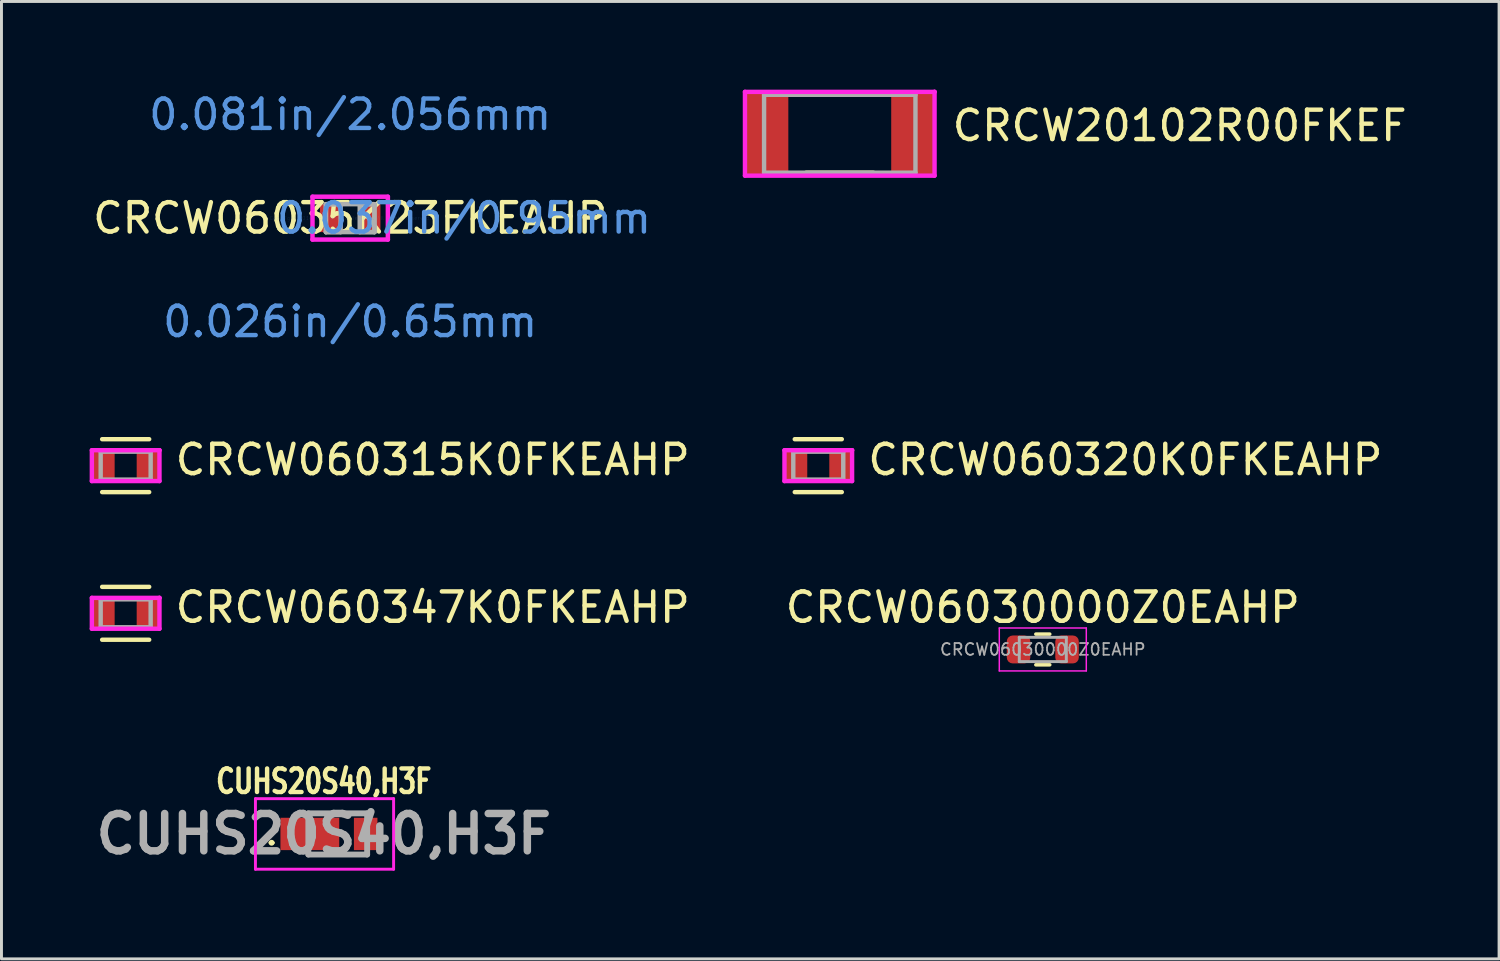
<source format=kicad_pcb>
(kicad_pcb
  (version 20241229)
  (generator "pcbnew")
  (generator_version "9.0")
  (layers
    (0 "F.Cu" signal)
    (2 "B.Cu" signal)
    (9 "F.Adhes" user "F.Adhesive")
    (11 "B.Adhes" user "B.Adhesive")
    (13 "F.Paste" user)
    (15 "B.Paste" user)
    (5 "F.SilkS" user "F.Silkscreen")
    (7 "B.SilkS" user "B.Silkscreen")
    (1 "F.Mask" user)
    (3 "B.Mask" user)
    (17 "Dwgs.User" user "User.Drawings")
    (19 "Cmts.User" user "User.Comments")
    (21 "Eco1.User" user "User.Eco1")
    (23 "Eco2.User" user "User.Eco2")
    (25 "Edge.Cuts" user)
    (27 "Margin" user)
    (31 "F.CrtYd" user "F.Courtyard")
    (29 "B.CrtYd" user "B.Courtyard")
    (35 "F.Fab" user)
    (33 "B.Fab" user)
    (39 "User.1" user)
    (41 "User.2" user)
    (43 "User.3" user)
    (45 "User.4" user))
  (footprint "CRCW060347K0FKEAHP"
    (layer "F.Cu")
    (at 1.225 17.814)
    (property "Reference" "CRCW060347K0FKEAHP" (at 1.61 -0.2 0) (layer "F.SilkS") (effects (font (size 1 1) (thickness 0.15)) (justify left)))
    (attr through_hole)
    (fp_line (start -0.8 -0.9) (end 0.8 -0.9) (stroke (width 0.15) (type solid)) (layer "F.SilkS"))
    (fp_line (start -0.8 0.9) (end 0.8 0.9) (stroke (width 0.15) (type solid)) (layer "F.SilkS"))
    (fp_line (start -1.15 -0.525) (end -1.15 0.525) (stroke (width 0.15) (type solid)) (layer "F.CrtYd"))
    (fp_line (start -1.15 0.525) (end 1.15 0.525) (stroke (width 0.15) (type solid)) (layer "F.CrtYd"))
    (fp_line (start 1.15 -0.525) (end -1.15 -0.525) (stroke (width 0.15) (type solid)) (layer "F.CrtYd"))
    (fp_line (start 1.15 -0.525) (end 1.15 -0.525) (stroke (width 0.15) (type solid)) (layer "F.CrtYd"))
    (fp_line (start 1.15 0.525) (end 1.15 -0.525) (stroke (width 0.15) (type solid)) (layer "F.CrtYd"))
    (fp_line (start -0.85 -0.475) (end 0.85 -0.475) (stroke (width 0.15) (type solid)) (layer "F.Fab"))
    (fp_line (start -0.85 0.475) (end -0.85 -0.475) (stroke (width 0.15) (type solid)) (layer "F.Fab"))
    (fp_line (start 0.85 -0.475) (end 0.85 0.475) (stroke (width 0.15) (type solid)) (layer "F.Fab"))
    (fp_line (start 0.85 0.475) (end -0.85 0.475) (stroke (width 0.15) (type solid)) (layer "F.Fab"))
    (pad "1" smd rect (at -0.75 0) (size 0.75 1) (layers "F.Cu" "F.Mask" "F.Paste"))
    (pad "2" smd rect (at 0.75 0) (size 0.75 1) (layers "F.Cu" "F.Mask" "F.Paste")))
  (footprint "CUHS20S40,H3F"
    (layer "F.Cu")
    (at 8.44 25.32)
    (property "Reference" "CUHS20S40,H3F" (at -0.475 -1.79 0) (layer "F.SilkS") (effects (font (size 0.8 0.6) (thickness 0.15) (bold yes))))
    (attr smd)
    (fp_line (start -2.3 0.3) (end -2.3 0.3) (stroke (width 0.1) (type solid)) (layer "F.SilkS"))
    (fp_line (start -2.2 0.3) (end -2.2 0.3) (stroke (width 0.1) (type solid)) (layer "F.SilkS"))
    (fp_line (start -0.95 -0.7) (end 1 -0.7) (stroke (width 0.1) (type solid)) (layer "F.SilkS"))
    (fp_line (start -0.9 0.7) (end 0.9 0.7) (stroke (width 0.1) (type solid)) (layer "F.SilkS"))
    (fp_arc (start -2.3 0.3) (mid -2.25 0.25) (end -2.2 0.3) (stroke (width 0.1) (type solid)) (layer "F.SilkS"))
    (fp_arc (start -2.2 0.3) (mid -2.25 0.35) (end -2.3 0.3) (stroke (width 0.1) (type solid)) (layer "F.SilkS"))
    (fp_line (start -2.8 -1.2) (end 1.9 -1.2) (stroke (width 0.1) (type solid)) (layer "F.CrtYd"))
    (fp_line (start -2.8 1.2) (end -2.8 -1.2) (stroke (width 0.1) (type solid)) (layer "F.CrtYd"))
    (fp_line (start 1.9 -1.2) (end 1.9 1.2) (stroke (width 0.1) (type solid)) (layer "F.CrtYd"))
    (fp_line (start 1.9 1.2) (end -2.8 1.2) (stroke (width 0.1) (type solid)) (layer "F.CrtYd"))
    (fp_line (start -1 -0.7) (end 1 -0.7) (stroke (width 0.2) (type solid)) (layer "F.Fab"))
    (fp_line (start -1 0.7) (end -1 -0.7) (stroke (width 0.2) (type solid)) (layer "F.Fab"))
    (fp_line (start 1 -0.7) (end 1 0.7) (stroke (width 0.2) (type solid)) (layer "F.Fab"))
    (fp_line (start 1 0.7) (end -1 0.7) (stroke (width 0.2) (type solid)) (layer "F.Fab"))
    (fp_text user "${REFERENCE}" (at -0.475 0 0) (layer "F.Fab") (effects (font (size 1.27 1.27) (thickness 0.254))))
    (pad "1" smd rect (at -0.95 0 90) (size 1.1 2) (layers "F.Cu" "F.Mask" "F.Paste"))
    (pad "2" smd rect (at 0.95 0) (size 0.8 1.1) (layers "F.Cu" "F.Mask" "F.Paste")))
  (footprint "CRCW060315K0FKEAHP"
    (layer "F.Cu")
    (at 1.225 12.791)
    (property "Reference" "CRCW060315K0FKEAHP" (at 1.61 -0.2 0) (layer "F.SilkS") (effects (font (size 1 1) (thickness 0.15)) (justify left)))
    (attr through_hole)
    (fp_line (start -0.8 -0.9) (end 0.8 -0.9) (stroke (width 0.15) (type solid)) (layer "F.SilkS"))
    (fp_line (start -0.8 0.9) (end 0.8 0.9) (stroke (width 0.15) (type solid)) (layer "F.SilkS"))
    (fp_line (start -1.15 -0.525) (end -1.15 0.525) (stroke (width 0.15) (type solid)) (layer "F.CrtYd"))
    (fp_line (start -1.15 0.525) (end 1.15 0.525) (stroke (width 0.15) (type solid)) (layer "F.CrtYd"))
    (fp_line (start 1.15 -0.525) (end -1.15 -0.525) (stroke (width 0.15) (type solid)) (layer "F.CrtYd"))
    (fp_line (start 1.15 -0.525) (end 1.15 -0.525) (stroke (width 0.15) (type solid)) (layer "F.CrtYd"))
    (fp_line (start 1.15 0.525) (end 1.15 -0.525) (stroke (width 0.15) (type solid)) (layer "F.CrtYd"))
    (fp_line (start -0.85 -0.475) (end 0.85 -0.475) (stroke (width 0.15) (type solid)) (layer "F.Fab"))
    (fp_line (start -0.85 0.475) (end -0.85 -0.475) (stroke (width 0.15) (type solid)) (layer "F.Fab"))
    (fp_line (start 0.85 -0.475) (end 0.85 0.475) (stroke (width 0.15) (type solid)) (layer "F.Fab"))
    (fp_line (start 0.85 0.475) (end -0.85 0.475) (stroke (width 0.15) (type solid)) (layer "F.Fab"))
    (pad "1" smd rect (at -0.75 0) (size 0.75 1) (layers "F.Cu" "F.Mask" "F.Paste"))
    (pad "2" smd rect (at 0.75 0) (size 0.75 1) (layers "F.Cu" "F.Mask" "F.Paste")))
  (footprint "CRCW20102R00FKEF"
    (layer "F.Cu")
    (at 25.518 1.5)
    (property "Reference" "CRCW20102R00FKEF" (at 3.75 -0.275 0) (layer "F.SilkS") (effects (font (size 1 1) (thickness 0.15)) (justify left)))
    (attr through_hole)
    (fp_line (start -1.145 -1.325) (end 1.145 -1.325) (stroke (width 0.15) (type solid)) (layer "F.SilkS"))
    (fp_line (start -1.145 1.325) (end 1.145 1.325) (stroke (width 0.15) (type solid)) (layer "F.SilkS"))
    (fp_line (start -3.225 -1.425) (end -3.225 1.425) (stroke (width 0.15) (type solid)) (layer "F.CrtYd"))
    (fp_line (start -3.225 1.425) (end 3.225 1.425) (stroke (width 0.15) (type solid)) (layer "F.CrtYd"))
    (fp_line (start 3.225 -1.425) (end -3.225 -1.425) (stroke (width 0.15) (type solid)) (layer "F.CrtYd"))
    (fp_line (start 3.225 -1.425) (end 3.225 -1.425) (stroke (width 0.15) (type solid)) (layer "F.CrtYd"))
    (fp_line (start 3.225 1.425) (end 3.225 -1.425) (stroke (width 0.15) (type solid)) (layer "F.CrtYd"))
    (fp_line (start -2.575 -1.325) (end 2.575 -1.325) (stroke (width 0.15) (type solid)) (layer "F.Fab"))
    (fp_line (start -2.575 1.325) (end -2.575 -1.325) (stroke (width 0.15) (type solid)) (layer "F.Fab"))
    (fp_line (start 2.575 -1.325) (end 2.575 1.325) (stroke (width 0.15) (type solid)) (layer "F.Fab"))
    (fp_line (start 2.575 1.325) (end -2.575 1.325) (stroke (width 0.15) (type solid)) (layer "F.Fab"))
    (pad "1" smd rect (at -2.475 0) (size 1.45 2.8) (layers "F.Cu" "F.Mask" "F.Paste"))
    (pad "2" smd rect (at 2.475 0) (size 1.45 2.8) (layers "F.Cu" "F.Mask" "F.Paste")))
  (footprint "CRCW06030000Z0EAHP"
    (layer "F.Cu")
    (at 32.425 19.044)
    (property "Reference" "CRCW06030000Z0EAHP" (at 0 -1.43 0) (layer "F.SilkS") (effects (font (size 1 1) (thickness 0.15))))
    (attr smd)
    (fp_line (start -0.237 -0.522) (end 0.237 -0.522) (stroke (width 0.12) (type solid)) (layer "F.SilkS"))
    (fp_line (start -0.237 0.522) (end 0.237 0.522) (stroke (width 0.12) (type solid)) (layer "F.SilkS"))
    (fp_line (start -1.48 -0.73) (end 1.48 -0.73) (stroke (width 0.05) (type solid)) (layer "F.CrtYd"))
    (fp_line (start -1.48 0.73) (end -1.48 -0.73) (stroke (width 0.05) (type solid)) (layer "F.CrtYd"))
    (fp_line (start 1.48 -0.73) (end 1.48 0.73) (stroke (width 0.05) (type solid)) (layer "F.CrtYd"))
    (fp_line (start 1.48 0.73) (end -1.48 0.73) (stroke (width 0.05) (type solid)) (layer "F.CrtYd"))
    (fp_line (start -0.8 -0.412) (end 0.8 -0.412) (stroke (width 0.1) (type solid)) (layer "F.Fab"))
    (fp_line (start -0.8 0.412) (end -0.8 -0.412) (stroke (width 0.1) (type solid)) (layer "F.Fab"))
    (fp_line (start 0.8 -0.412) (end 0.8 0.412) (stroke (width 0.1) (type solid)) (layer "F.Fab"))
    (fp_line (start 0.8 0.412) (end -0.8 0.412) (stroke (width 0.1) (type solid)) (layer "F.Fab"))
    (fp_text user "${REFERENCE}" (at 0 0 0) (layer "F.Fab") (effects (font (size 0.4 0.4) (thickness 0.06))))
    (pad "1" smd roundrect (at -0.825 0) (size 0.8 0.95) (layers "F.Cu" "F.Mask" "F.Paste") (roundrect_rratio 0.25))
    (pad "2" smd roundrect (at 0.825 0) (size 0.8 0.95) (layers "F.Cu" "F.Mask" "F.Paste") (roundrect_rratio 0.25)))
  (footprint "CRCW060320K0FKEAHP"
    (layer "F.Cu")
    (at 24.787 12.791)
    (property "Reference" "CRCW060320K0FKEAHP" (at 1.61 -0.2 0) (layer "F.SilkS") (effects (font (size 1 1) (thickness 0.15)) (justify left)))
    (attr through_hole)
    (fp_line (start -0.8 -0.9) (end 0.8 -0.9) (stroke (width 0.15) (type solid)) (layer "F.SilkS"))
    (fp_line (start -0.8 0.9) (end 0.8 0.9) (stroke (width 0.15) (type solid)) (layer "F.SilkS"))
    (fp_line (start -1.15 -0.525) (end -1.15 0.525) (stroke (width 0.15) (type solid)) (layer "F.CrtYd"))
    (fp_line (start -1.15 0.525) (end 1.15 0.525) (stroke (width 0.15) (type solid)) (layer "F.CrtYd"))
    (fp_line (start 1.15 -0.525) (end -1.15 -0.525) (stroke (width 0.15) (type solid)) (layer "F.CrtYd"))
    (fp_line (start 1.15 -0.525) (end 1.15 -0.525) (stroke (width 0.15) (type solid)) (layer "F.CrtYd"))
    (fp_line (start 1.15 0.525) (end 1.15 -0.525) (stroke (width 0.15) (type solid)) (layer "F.CrtYd"))
    (fp_line (start -0.85 -0.475) (end 0.85 -0.475) (stroke (width 0.15) (type solid)) (layer "F.Fab"))
    (fp_line (start -0.85 0.475) (end -0.85 -0.475) (stroke (width 0.15) (type solid)) (layer "F.Fab"))
    (fp_line (start 0.85 -0.475) (end 0.85 0.475) (stroke (width 0.15) (type solid)) (layer "F.Fab"))
    (fp_line (start 0.85 0.475) (end -0.85 0.475) (stroke (width 0.15) (type solid)) (layer "F.Fab"))
    (pad "1" smd rect (at -0.75 0) (size 0.75 1) (layers "F.Cu" "F.Mask" "F.Paste"))
    (pad "2" smd rect (at 0.75 0) (size 0.75 1) (layers "F.Cu" "F.Mask" "F.Paste")))
  (footprint "CRCW06035K23FKEAHP"
    (layer "F.Cu")
    (at 8.863 4.371)
    (property "Reference" "CRCW06035K23FKEAHP" (at 0 0 0) (layer "F.SilkS") (effects (font (size 1 1) (thickness 0.15))))
    (attr through_hole)
    (fp_line (start -1.282 -0.729) (end 1.282 -0.729) (stroke (width 0.152) (type solid)) (layer "F.CrtYd"))
    (fp_line (start -1.282 0.729) (end -1.282 -0.729) (stroke (width 0.152) (type solid)) (layer "F.CrtYd"))
    (fp_line (start 1.282 -0.729) (end 1.282 0.729) (stroke (width 0.152) (type solid)) (layer "F.CrtYd"))
    (fp_line (start 1.282 0.729) (end -1.282 0.729) (stroke (width 0.152) (type solid)) (layer "F.CrtYd"))
    (fp_line (start -0.825 -0.475) (end -0.825 0.475) (stroke (width 0.152) (type solid)) (layer "F.Fab"))
    (fp_line (start -0.825 -0.475) (end -0.825 0.475) (stroke (width 0.152) (type solid)) (layer "F.Fab"))
    (fp_line (start -0.825 0.475) (end -0.325 0.475) (stroke (width 0.152) (type solid)) (layer "F.Fab"))
    (fp_line (start -0.825 0.475) (end 0.825 0.475) (stroke (width 0.152) (type solid)) (layer "F.Fab"))
    (fp_line (start -0.325 -0.475) (end -0.825 -0.475) (stroke (width 0.152) (type solid)) (layer "F.Fab"))
    (fp_line (start -0.325 0.475) (end -0.325 -0.475) (stroke (width 0.152) (type solid)) (layer "F.Fab"))
    (fp_line (start 0.325 -0.475) (end 0.325 0.475) (stroke (width 0.152) (type solid)) (layer "F.Fab"))
    (fp_line (start 0.325 0.475) (end 0.825 0.475) (stroke (width 0.152) (type solid)) (layer "F.Fab"))
    (fp_line (start 0.825 -0.475) (end -0.825 -0.475) (stroke (width 0.152) (type solid)) (layer "F.Fab"))
    (fp_line (start 0.825 -0.475) (end 0.325 -0.475) (stroke (width 0.152) (type solid)) (layer "F.Fab"))
    (fp_line (start 0.825 0.475) (end 0.825 -0.475) (stroke (width 0.152) (type solid)) (layer "F.Fab"))
    (fp_line (start 0.825 0.475) (end 0.825 -0.475) (stroke (width 0.152) (type solid)) (layer "F.Fab"))
    (fp_text user "0.081in/2.056mm" (at 0 -3.523 0) (layer "Cmts.User") (effects (font (size 1 1) (thickness 0.15))))
    (fp_text user "0.037in/0.95mm" (at 3.873 0 0) (layer "Cmts.User") (effects (font (size 1 1) (thickness 0.15))))
    (fp_text user "0.026in/0.65mm" (at 0 3.523 0) (layer "Cmts.User") (effects (font (size 1 1) (thickness 0.15))))
    (fp_text user "Copyright 2016 Accelerated Designs. All rights reserved." (at 0 0 0) (layer "Cmts.User") (effects (font (size 0.127 0.127) (thickness 0.002))))
    (pad "1" smd rect (at -0.677 0) (size 0.703 0.95) (layers "F.Cu" "F.Mask" "F.Paste"))
    (pad "2" smd rect (at 0.677 0) (size 0.703 0.95) (layers "F.Cu" "F.Mask" "F.Paste")))
  (gr_rect
    (start -3 -3)
    (end 47.947 29.57)
    (stroke (width 0.1) (type default))
    (fill no)
    (layer "Edge.Cuts")))
</source>
